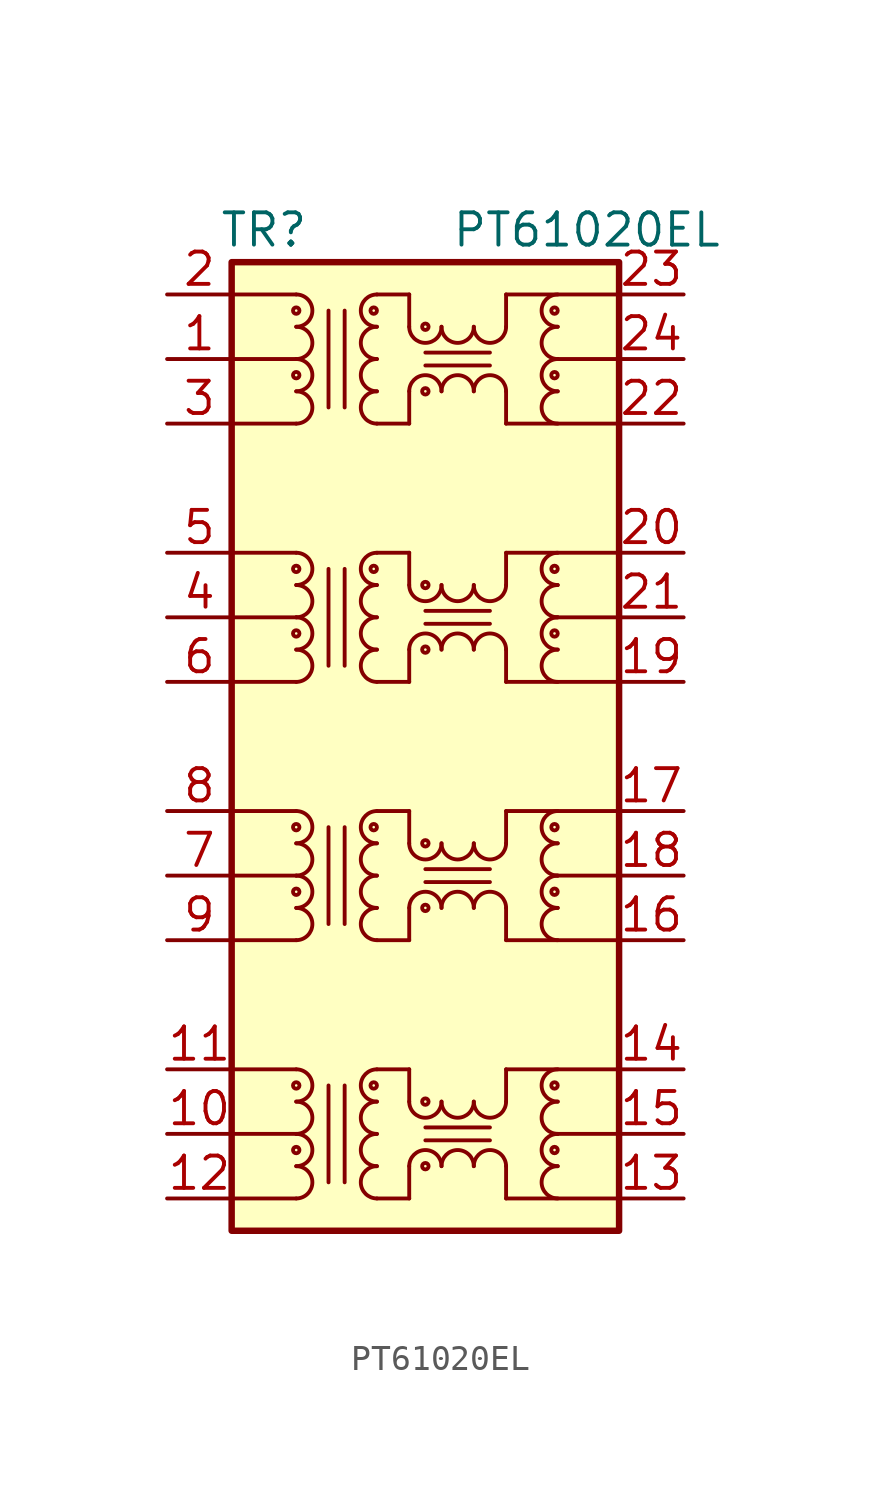
<source format=kicad_sym>
(kicad_symbol_lib
  (version 20241209)
  (generator "kicad_symbol_editor")
  (generator_version "9.0")
  (symbol "PT61020EL"
    (pin_names
      (hide yes))
    (property "Reference" "TR"
      (at -6.35 20.32 0)
      (effects (font (size 1.27 1.27))))
    (property "Value" "PT61020EL"
      (at 6.35 20.32 0)
      (effects (font (size 1.27 1.27))))
    (symbol "PT61020EL_0_1"
      (rectangle (start -7.62 19.05) (end 7.62 -19.05) (stroke (width 0.254) (type default)) (fill (type background)))
      (polyline (pts (xy -7.62 17.78) (xy -5.08 17.78)) (stroke (width 0) (type default)) (fill (type none)))
      (polyline (pts (xy -7.62 15.24) (xy -5.08 15.24)) (stroke (width 0) (type default)) (fill (type none)))
      (polyline (pts (xy -7.62 12.7) (xy -5.08 12.7)) (stroke (width 0) (type default)) (fill (type none)))
      (polyline (pts (xy -7.62 7.62) (xy -5.08 7.62)) (stroke (width 0) (type default)) (fill (type none)))
      (polyline (pts (xy -7.62 5.08) (xy -5.08 5.08)) (stroke (width 0) (type default)) (fill (type none)))
      (polyline (pts (xy -7.62 2.54) (xy -5.08 2.54)) (stroke (width 0) (type default)) (fill (type none)))
      (polyline (pts (xy -7.62 -2.54) (xy -5.08 -2.54)) (stroke (width 0) (type default)) (fill (type none)))
      (polyline (pts (xy -7.62 -5.08) (xy -5.08 -5.08)) (stroke (width 0) (type default)) (fill (type none)))
      (polyline (pts (xy -7.62 -7.62) (xy -5.08 -7.62)) (stroke (width 0) (type default)) (fill (type none)))
      (polyline (pts (xy -7.62 -12.7) (xy -5.08 -12.7)) (stroke (width 0) (type default)) (fill (type none)))
      (polyline (pts (xy -7.62 -15.24) (xy -5.08 -15.24)) (stroke (width 0) (type default)) (fill (type none)))
      (polyline (pts (xy -7.62 -17.78) (xy -5.08 -17.78)) (stroke (width 0) (type default)) (fill (type none)))
      (polyline (pts (xy -1.905 17.78) (xy -0.635 17.78)) (stroke (width 0) (type default)) (fill (type none)))
      (polyline (pts (xy -1.905 12.7) (xy -0.635 12.7)) (stroke (width 0) (type default)) (fill (type none)))
      (polyline (pts (xy -1.905 7.62) (xy -0.635 7.62)) (stroke (width 0) (type default)) (fill (type none)))
      (polyline (pts (xy -1.905 2.54) (xy -0.635 2.54)) (stroke (width 0) (type default)) (fill (type none)))
      (polyline (pts (xy -1.905 -2.54) (xy -0.635 -2.54)) (stroke (width 0) (type default)) (fill (type none)))
      (polyline (pts (xy -1.905 -7.62) (xy -0.635 -7.62)) (stroke (width 0) (type default)) (fill (type none)))
      (polyline (pts (xy -1.905 -12.7) (xy -0.635 -12.7)) (stroke (width 0) (type default)) (fill (type none)))
      (polyline (pts (xy -1.905 -17.78) (xy -0.635 -17.78)) (stroke (width 0) (type default)) (fill (type none)))
      (polyline (pts (xy -0.635 17.78) (xy -0.635 16.51)) (stroke (width 0) (type default)) (fill (type none)))
      (polyline (pts (xy -0.635 13.97) (xy -0.635 12.7)) (stroke (width 0) (type default)) (fill (type none)))
      (polyline (pts (xy -0.635 7.62) (xy -0.635 6.35)) (stroke (width 0) (type default)) (fill (type none)))
      (polyline (pts (xy -0.635 3.81) (xy -0.635 2.54)) (stroke (width 0) (type default)) (fill (type none)))
      (polyline (pts (xy -0.635 -2.54) (xy -0.635 -3.81)) (stroke (width 0) (type default)) (fill (type none)))
      (polyline (pts (xy -0.635 -6.35) (xy -0.635 -7.62)) (stroke (width 0) (type default)) (fill (type none)))
      (polyline (pts (xy -0.635 -12.7) (xy -0.635 -13.97)) (stroke (width 0) (type default)) (fill (type none)))
      (polyline (pts (xy -0.635 -16.51) (xy -0.635 -17.78)) (stroke (width 0) (type default)) (fill (type none)))
      (polyline (pts (xy 3.175 17.78) (xy 7.62 17.78)) (stroke (width 0) (type default)) (fill (type none)))
      (polyline (pts (xy 3.175 16.51) (xy 3.175 17.78)) (stroke (width 0) (type default)) (fill (type none)))
      (polyline (pts (xy 3.175 12.7) (xy 3.175 13.97)) (stroke (width 0) (type default)) (fill (type none)))
      (polyline (pts (xy 3.175 12.7) (xy 7.62 12.7)) (stroke (width 0) (type default)) (fill (type none)))
      (polyline (pts (xy 3.175 7.62) (xy 7.62 7.62)) (stroke (width 0) (type default)) (fill (type none)))
      (polyline (pts (xy 3.175 6.35) (xy 3.175 7.62)) (stroke (width 0) (type default)) (fill (type none)))
      (polyline (pts (xy 3.175 2.54) (xy 3.175 3.81)) (stroke (width 0) (type default)) (fill (type none)))
      (polyline (pts (xy 3.175 2.54) (xy 7.62 2.54)) (stroke (width 0) (type default)) (fill (type none)))
      (polyline (pts (xy 3.175 -2.54) (xy 7.62 -2.54)) (stroke (width 0) (type default)) (fill (type none)))
      (polyline (pts (xy 3.175 -3.81) (xy 3.175 -2.54)) (stroke (width 0) (type default)) (fill (type none)))
      (polyline (pts (xy 3.175 -7.62) (xy 3.175 -6.35)) (stroke (width 0) (type default)) (fill (type none)))
      (polyline (pts (xy 3.175 -7.62) (xy 7.62 -7.62)) (stroke (width 0) (type default)) (fill (type none)))
      (polyline (pts (xy 3.175 -12.7) (xy 7.62 -12.7)) (stroke (width 0) (type default)) (fill (type none)))
      (polyline (pts (xy 3.175 -13.97) (xy 3.175 -12.7)) (stroke (width 0) (type default)) (fill (type none)))
      (polyline (pts (xy 3.175 -17.78) (xy 3.175 -16.51)) (stroke (width 0) (type default)) (fill (type none)))
      (polyline (pts (xy 3.175 -17.78) (xy 7.62 -17.78)) (stroke (width 0) (type default)) (fill (type none)))
      (polyline (pts (xy 5.08 15.24) (xy 7.62 15.24)) (stroke (width 0) (type default)) (fill (type none)))
      (polyline (pts (xy 5.08 5.08) (xy 7.62 5.08)) (stroke (width 0) (type default)) (fill (type none)))
      (polyline (pts (xy 5.08 -5.08) (xy 7.62 -5.08)) (stroke (width 0) (type default)) (fill (type none)))
      (polyline (pts (xy 5.08 -15.24) (xy 7.62 -15.24)) (stroke (width 0) (type default)) (fill (type none)))
      (pin passive line (at -10.16 17.78 0) (length 2.54) (name "TD1+" (effects (font (size 1.27 1.27)))) (number "2" (effects (font (size 1.27 1.27)))))
      (pin passive line (at -10.16 15.24 0) (length 2.54) (name "TCT1" (effects (font (size 1.27 1.27)))) (number "1" (effects (font (size 1.27 1.27)))))
      (pin passive line (at -10.16 12.7 0) (length 2.54) (name "TD1-" (effects (font (size 1.27 1.27)))) (number "3" (effects (font (size 1.27 1.27)))))
      (pin passive line (at -10.16 7.62 0) (length 2.54) (name "TD2+" (effects (font (size 1.27 1.27)))) (number "5" (effects (font (size 1.27 1.27)))))
      (pin passive line (at -10.16 5.08 0) (length 2.54) (name "TCT2" (effects (font (size 1.27 1.27)))) (number "4" (effects (font (size 1.27 1.27)))))
      (pin passive line (at -10.16 2.54 0) (length 2.54) (name "TD2-" (effects (font (size 1.27 1.27)))) (number "6" (effects (font (size 1.27 1.27)))))
      (pin passive line (at -10.16 -2.54 0) (length 2.54) (name "TD3+" (effects (font (size 1.27 1.27)))) (number "8" (effects (font (size 1.27 1.27)))))
      (pin passive line (at -10.16 -5.08 0) (length 2.54) (name "TCT3" (effects (font (size 1.27 1.27)))) (number "7" (effects (font (size 1.27 1.27)))))
      (pin passive line (at -10.16 -7.62 0) (length 2.54) (name "TD3-" (effects (font (size 1.27 1.27)))) (number "9" (effects (font (size 1.27 1.27)))))
      (pin passive line (at -10.16 -12.7 0) (length 2.54) (name "TD4+" (effects (font (size 1.27 1.27)))) (number "11" (effects (font (size 1.27 1.27)))))
      (pin passive line (at -10.16 -15.24 0) (length 2.54) (name "TCT4" (effects (font (size 1.27 1.27)))) (number "10" (effects (font (size 1.27 1.27)))))
      (pin passive line (at -10.16 -17.78 0) (length 2.54) (name "TD4-" (effects (font (size 1.27 1.27)))) (number "12" (effects (font (size 1.27 1.27)))))
      (pin passive line (at 10.16 17.78 180) (length 2.54) (name "MX1+" (effects (font (size 1.27 1.27)))) (number "23" (effects (font (size 1.27 1.27)))))
      (pin passive line (at 10.16 15.24 180) (length 2.54) (name "MCT1" (effects (font (size 1.27 1.27)))) (number "24" (effects (font (size 1.27 1.27)))))
      (pin passive line (at 10.16 12.7 180) (length 2.54) (name "MX1-" (effects (font (size 1.27 1.27)))) (number "22" (effects (font (size 1.27 1.27)))))
      (pin passive line (at 10.16 7.62 180) (length 2.54) (name "MX2+" (effects (font (size 1.27 1.27)))) (number "20" (effects (font (size 1.27 1.27)))))
      (pin passive line (at 10.16 5.08 180) (length 2.54) (name "MCT2" (effects (font (size 1.27 1.27)))) (number "21" (effects (font (size 1.27 1.27)))))
      (pin passive line (at 10.16 2.54 180) (length 2.54) (name "MX2-" (effects (font (size 1.27 1.27)))) (number "19" (effects (font (size 1.27 1.27)))))
      (pin passive line (at 10.16 -2.54 180) (length 2.54) (name "MX3+" (effects (font (size 1.27 1.27)))) (number "17" (effects (font (size 1.27 1.27)))))
      (pin passive line (at 10.16 -5.08 180) (length 2.54) (name "MCT3" (effects (font (size 1.27 1.27)))) (number "18" (effects (font (size 1.27 1.27)))))
      (pin passive line (at 10.16 -7.62 180) (length 2.54) (name "MX3-" (effects (font (size 1.27 1.27)))) (number "16" (effects (font (size 1.27 1.27)))))
      (pin passive line (at 10.16 -12.7 180) (length 2.54) (name "MX4+" (effects (font (size 1.27 1.27)))) (number "14" (effects (font (size 1.27 1.27)))))
      (pin passive line (at 10.16 -15.24 180) (length 2.54) (name "MCT4" (effects (font (size 1.27 1.27)))) (number "15" (effects (font (size 1.27 1.27)))))
      (pin passive line (at 10.16 -17.78 180) (length 2.54) (name "MX4-" (effects (font (size 1.27 1.27)))) (number "13" (effects (font (size 1.27 1.27))))))
    (symbol "PT61020EL_1_1"
      (arc (start -5.08 17.78) (mid -4.4477 17.145) (end -5.08 16.51) (stroke (width 0) (type default)) (fill (type none)))
      (arc (start -5.08 16.51) (mid -4.4477 15.875) (end -5.08 15.24) (stroke (width 0) (type default)) (fill (type none)))
      (arc (start -5.08 15.24) (mid -4.4477 14.605) (end -5.08 13.97) (stroke (width 0) (type default)) (fill (type none)))
      (arc (start -5.08 13.97) (mid -4.4477 13.335) (end -5.08 12.7) (stroke (width 0) (type default)) (fill (type none)))
      (arc (start -5.08 7.62) (mid -4.4477 6.985) (end -5.08 6.35) (stroke (width 0) (type default)) (fill (type none)))
      (arc (start -5.08 6.35) (mid -4.4477 5.715) (end -5.08 5.08) (stroke (width 0) (type default)) (fill (type none)))
      (arc (start -5.08 5.08) (mid -4.4477 4.445) (end -5.08 3.81) (stroke (width 0) (type default)) (fill (type none)))
      (arc (start -5.08 3.81) (mid -4.4477 3.175) (end -5.08 2.54) (stroke (width 0) (type default)) (fill (type none)))
      (arc (start -5.08 -2.54) (mid -4.4477 -3.175) (end -5.08 -3.81) (stroke (width 0) (type default)) (fill (type none)))
      (arc (start -5.08 -3.81) (mid -4.4477 -4.445) (end -5.08 -5.08) (stroke (width 0) (type default)) (fill (type none)))
      (arc (start -5.08 -5.08) (mid -4.4477 -5.715) (end -5.08 -6.35) (stroke (width 0) (type default)) (fill (type none)))
      (arc (start -5.08 -6.35) (mid -4.4477 -6.985) (end -5.08 -7.62) (stroke (width 0) (type default)) (fill (type none)))
      (arc (start -5.08 -12.7) (mid -4.4477 -13.335) (end -5.08 -13.97) (stroke (width 0) (type default)) (fill (type none)))
      (arc (start -5.08 -13.97) (mid -4.4477 -14.605) (end -5.08 -15.24) (stroke (width 0) (type default)) (fill (type none)))
      (arc (start -5.08 -15.24) (mid -4.4477 -15.875) (end -5.08 -16.51) (stroke (width 0) (type default)) (fill (type none)))
      (arc (start -5.08 -16.51) (mid -4.4477 -17.145) (end -5.08 -17.78) (stroke (width 0) (type default)) (fill (type none)))
      (circle (center -5.08 17.145) (radius 0.127) (stroke (width 0) (type default)) (fill (type none)))
      (circle (center -5.08 14.605) (radius 0.127) (stroke (width 0) (type default)) (fill (type none)))
      (circle (center -5.08 6.985) (radius 0.127) (stroke (width 0) (type default)) (fill (type none)))
      (circle (center -5.08 4.445) (radius 0.127) (stroke (width 0) (type default)) (fill (type none)))
      (circle (center -5.08 -3.175) (radius 0.127) (stroke (width 0) (type default)) (fill (type none)))
      (circle (center -5.08 -5.715) (radius 0.127) (stroke (width 0) (type default)) (fill (type none)))
      (circle (center -5.08 -13.335) (radius 0.127) (stroke (width 0) (type default)) (fill (type none)))
      (circle (center -5.08 -15.875) (radius 0.127) (stroke (width 0) (type default)) (fill (type none)))
      (polyline (pts (xy -3.81 13.335) (xy -3.81 17.145)) (stroke (width 0) (type default)) (fill (type none)))
      (polyline (pts (xy -3.81 3.175) (xy -3.81 6.985)) (stroke (width 0) (type default)) (fill (type none)))
      (polyline (pts (xy -3.81 -6.985) (xy -3.81 -3.175)) (stroke (width 0) (type default)) (fill (type none)))
      (polyline (pts (xy -3.81 -17.145) (xy -3.81 -13.335)) (stroke (width 0) (type default)) (fill (type none)))
      (polyline (pts (xy -3.175 13.335) (xy -3.175 17.145)) (stroke (width 0) (type default)) (fill (type none)))
      (polyline (pts (xy -3.175 3.175) (xy -3.175 6.985)) (stroke (width 0) (type default)) (fill (type none)))
      (polyline (pts (xy -3.175 -6.985) (xy -3.175 -3.175)) (stroke (width 0) (type default)) (fill (type none)))
      (polyline (pts (xy -3.175 -17.145) (xy -3.175 -13.335)) (stroke (width 0) (type default)) (fill (type none)))
      (circle (center -2.032 17.145) (radius 0.127) (stroke (width 0) (type default)) (fill (type none)))
      (circle (center -2.032 6.985) (radius 0.127) (stroke (width 0) (type default)) (fill (type none)))
      (circle (center -2.032 -3.175) (radius 0.127) (stroke (width 0) (type default)) (fill (type none)))
      (circle (center -2.032 -13.335) (radius 0.127) (stroke (width 0) (type default)) (fill (type none)))
      (arc (start -1.905 16.51) (mid -2.5373 17.145) (end -1.905 17.78) (stroke (width 0) (type default)) (fill (type none)))
      (arc (start -1.905 15.24) (mid -2.5373 15.875) (end -1.905 16.51) (stroke (width 0) (type default)) (fill (type none)))
      (arc (start -1.905 13.97) (mid -2.5373 14.605) (end -1.905 15.24) (stroke (width 0) (type default)) (fill (type none)))
      (arc (start -1.905 12.7) (mid -2.5373 13.335) (end -1.905 13.97) (stroke (width 0) (type default)) (fill (type none)))
      (arc (start -1.905 6.35) (mid -2.5373 6.985) (end -1.905 7.62) (stroke (width 0) (type default)) (fill (type none)))
      (arc (start -1.905 5.08) (mid -2.5373 5.715) (end -1.905 6.35) (stroke (width 0) (type default)) (fill (type none)))
      (arc (start -1.905 3.81) (mid -2.5373 4.445) (end -1.905 5.08) (stroke (width 0) (type default)) (fill (type none)))
      (arc (start -1.905 2.54) (mid -2.5373 3.175) (end -1.905 3.81) (stroke (width 0) (type default)) (fill (type none)))
      (arc (start -1.905 -3.81) (mid -2.5373 -3.175) (end -1.905 -2.54) (stroke (width 0) (type default)) (fill (type none)))
      (arc (start -1.905 -5.08) (mid -2.5373 -4.445) (end -1.905 -3.81) (stroke (width 0) (type default)) (fill (type none)))
      (arc (start -1.905 -6.35) (mid -2.5373 -5.715) (end -1.905 -5.08) (stroke (width 0) (type default)) (fill (type none)))
      (arc (start -1.905 -7.62) (mid -2.5373 -6.985) (end -1.905 -6.35) (stroke (width 0) (type default)) (fill (type none)))
      (arc (start -1.905 -13.97) (mid -2.5373 -13.335) (end -1.905 -12.7) (stroke (width 0) (type default)) (fill (type none)))
      (arc (start -1.905 -15.24) (mid -2.5373 -14.605) (end -1.905 -13.97) (stroke (width 0) (type default)) (fill (type none)))
      (arc (start -1.905 -16.51) (mid -2.5373 -15.875) (end -1.905 -15.24) (stroke (width 0) (type default)) (fill (type none)))
      (arc (start -1.905 -17.78) (mid -2.5373 -17.145) (end -1.905 -16.51) (stroke (width 0) (type default)) (fill (type none)))
      (arc (start 0.635 16.51) (mid 0 15.8777) (end -0.635 16.51) (stroke (width 0) (type default)) (fill (type none)))
      (circle (center 0 16.51) (radius 0.127) (stroke (width 0) (type default)) (fill (type none)))
      (circle (center 0 13.97) (radius 0.127) (stroke (width 0) (type default)) (fill (type none)))
      (arc (start -0.635 13.97) (mid 0 14.6023) (end 0.635 13.97) (stroke (width 0) (type default)) (fill (type none)))
      (arc (start 0.635 6.35) (mid 0 5.7177) (end -0.635 6.35) (stroke (width 0) (type default)) (fill (type none)))
      (circle (center 0 6.35) (radius 0.127) (stroke (width 0) (type default)) (fill (type none)))
      (circle (center 0 3.81) (radius 0.127) (stroke (width 0) (type default)) (fill (type none)))
      (arc (start -0.635 3.81) (mid 0 4.4423) (end 0.635 3.81) (stroke (width 0) (type default)) (fill (type none)))
      (arc (start 0.635 -3.81) (mid 0 -4.4423) (end -0.635 -3.81) (stroke (width 0) (type default)) (fill (type none)))
      (circle (center 0 -3.81) (radius 0.127) (stroke (width 0) (type default)) (fill (type none)))
      (circle (center 0 -6.35) (radius 0.127) (stroke (width 0) (type default)) (fill (type none)))
      (arc (start -0.635 -6.35) (mid 0 -5.7177) (end 0.635 -6.35) (stroke (width 0) (type default)) (fill (type none)))
      (arc (start 0.635 -13.97) (mid 0 -14.6023) (end -0.635 -13.97) (stroke (width 0) (type default)) (fill (type none)))
      (circle (center 0 -13.97) (radius 0.127) (stroke (width 0) (type default)) (fill (type none)))
      (circle (center 0 -16.51) (radius 0.127) (stroke (width 0) (type default)) (fill (type none)))
      (arc (start -0.635 -16.51) (mid 0 -15.8777) (end 0.635 -16.51) (stroke (width 0) (type default)) (fill (type none)))
      (arc (start 1.905 16.51) (mid 1.27 15.8777) (end 0.635 16.51) (stroke (width 0) (type default)) (fill (type none)))
      (arc (start 0.635 13.97) (mid 1.27 14.6023) (end 1.905 13.97) (stroke (width 0) (type default)) (fill (type none)))
      (arc (start 1.905 6.35) (mid 1.27 5.7177) (end 0.635 6.35) (stroke (width 0) (type default)) (fill (type none)))
      (arc (start 0.635 3.81) (mid 1.27 4.4423) (end 1.905 3.81) (stroke (width 0) (type default)) (fill (type none)))
      (arc (start 1.905 -3.81) (mid 1.27 -4.4423) (end 0.635 -3.81) (stroke (width 0) (type default)) (fill (type none)))
      (arc (start 0.635 -6.35) (mid 1.27 -5.7177) (end 1.905 -6.35) (stroke (width 0) (type default)) (fill (type none)))
      (arc (start 1.905 -13.97) (mid 1.27 -14.6023) (end 0.635 -13.97) (stroke (width 0) (type default)) (fill (type none)))
      (arc (start 0.635 -16.51) (mid 1.27 -15.8777) (end 1.905 -16.51) (stroke (width 0) (type default)) (fill (type none)))
      (arc (start 3.175 16.51) (mid 2.54 15.8777) (end 1.905 16.51) (stroke (width 0) (type default)) (fill (type none)))
      (polyline (pts (xy 2.54 15.494) (xy 0 15.494)) (stroke (width 0) (type default)) (fill (type none)))
      (polyline (pts (xy 2.54 14.986) (xy 0 14.986)) (stroke (width 0) (type default)) (fill (type none)))
      (arc (start 1.905 13.97) (mid 2.54 14.6023) (end 3.175 13.97) (stroke (width 0) (type default)) (fill (type none)))
      (arc (start 3.175 6.35) (mid 2.54 5.7177) (end 1.905 6.35) (stroke (width 0) (type default)) (fill (type none)))
      (polyline (pts (xy 2.54 5.334) (xy 0 5.334)) (stroke (width 0) (type default)) (fill (type none)))
      (polyline (pts (xy 2.54 4.826) (xy 0 4.826)) (stroke (width 0) (type default)) (fill (type none)))
      (arc (start 1.905 3.81) (mid 2.54 4.4423) (end 3.175 3.81) (stroke (width 0) (type default)) (fill (type none)))
      (arc (start 3.175 -3.81) (mid 2.54 -4.4423) (end 1.905 -3.81) (stroke (width 0) (type default)) (fill (type none)))
      (polyline (pts (xy 2.54 -4.826) (xy 0 -4.826)) (stroke (width 0) (type default)) (fill (type none)))
      (polyline (pts (xy 2.54 -5.334) (xy 0 -5.334)) (stroke (width 0) (type default)) (fill (type none)))
      (arc (start 1.905 -6.35) (mid 2.54 -5.7177) (end 3.175 -6.35) (stroke (width 0) (type default)) (fill (type none)))
      (arc (start 3.175 -13.97) (mid 2.54 -14.6023) (end 1.905 -13.97) (stroke (width 0) (type default)) (fill (type none)))
      (polyline (pts (xy 2.54 -14.986) (xy 0 -14.986)) (stroke (width 0) (type default)) (fill (type none)))
      (polyline (pts (xy 2.54 -15.494) (xy 0 -15.494)) (stroke (width 0) (type default)) (fill (type none)))
      (arc (start 1.905 -16.51) (mid 2.54 -15.8777) (end 3.175 -16.51) (stroke (width 0) (type default)) (fill (type none)))
      (circle (center 5.08 17.145) (radius 0.127) (stroke (width 0) (type default)) (fill (type none)))
      (circle (center 5.08 14.605) (radius 0.127) (stroke (width 0) (type default)) (fill (type none)))
      (circle (center 5.08 6.985) (radius 0.127) (stroke (width 0) (type default)) (fill (type none)))
      (circle (center 5.08 4.445) (radius 0.127) (stroke (width 0) (type default)) (fill (type none)))
      (circle (center 5.08 -3.175) (radius 0.127) (stroke (width 0) (type default)) (fill (type none)))
      (circle (center 5.08 -5.715) (radius 0.127) (stroke (width 0) (type default)) (fill (type none)))
      (circle (center 5.08 -13.335) (radius 0.127) (stroke (width 0) (type default)) (fill (type none)))
      (circle (center 5.08 -15.875) (radius 0.127) (stroke (width 0) (type default)) (fill (type none)))
      (arc (start 5.207 16.51) (mid 4.575 17.145) (end 5.207 17.78) (stroke (width 0) (type default)) (fill (type none)))
      (arc (start 5.207 15.24) (mid 4.575 15.875) (end 5.207 16.51) (stroke (width 0) (type default)) (fill (type none)))
      (arc (start 5.207 13.97) (mid 4.575 14.605) (end 5.207 15.24) (stroke (width 0) (type default)) (fill (type none)))
      (arc (start 5.207 12.7) (mid 4.575 13.335) (end 5.207 13.97) (stroke (width 0) (type default)) (fill (type none)))
      (arc (start 5.207 6.35) (mid 4.575 6.985) (end 5.207 7.62) (stroke (width 0) (type default)) (fill (type none)))
      (arc (start 5.207 5.08) (mid 4.575 5.715) (end 5.207 6.35) (stroke (width 0) (type default)) (fill (type none)))
      (arc (start 5.207 3.81) (mid 4.575 4.445) (end 5.207 5.08) (stroke (width 0) (type default)) (fill (type none)))
      (arc (start 5.207 2.54) (mid 4.575 3.175) (end 5.207 3.81) (stroke (width 0) (type default)) (fill (type none)))
      (arc (start 5.207 -3.81) (mid 4.575 -3.175) (end 5.207 -2.54) (stroke (width 0) (type default)) (fill (type none)))
      (arc (start 5.207 -5.08) (mid 4.575 -4.445) (end 5.207 -3.81) (stroke (width 0) (type default)) (fill (type none)))
      (arc (start 5.207 -6.35) (mid 4.575 -5.715) (end 5.207 -5.08) (stroke (width 0) (type default)) (fill (type none)))
      (arc (start 5.207 -7.62) (mid 4.575 -6.985) (end 5.207 -6.35) (stroke (width 0) (type default)) (fill (type none)))
      (arc (start 5.207 -13.97) (mid 4.575 -13.335) (end 5.207 -12.7) (stroke (width 0) (type default)) (fill (type none)))
      (arc (start 5.207 -15.24) (mid 4.575 -14.605) (end 5.207 -13.97) (stroke (width 0) (type default)) (fill (type none)))
      (arc (start 5.207 -16.51) (mid 4.575 -15.875) (end 5.207 -15.24) (stroke (width 0) (type default)) (fill (type none)))
      (arc (start 5.207 -17.78) (mid 4.575 -17.145) (end 5.207 -16.51) (stroke (width 0) (type default)) (fill (type none))))))
</source>
